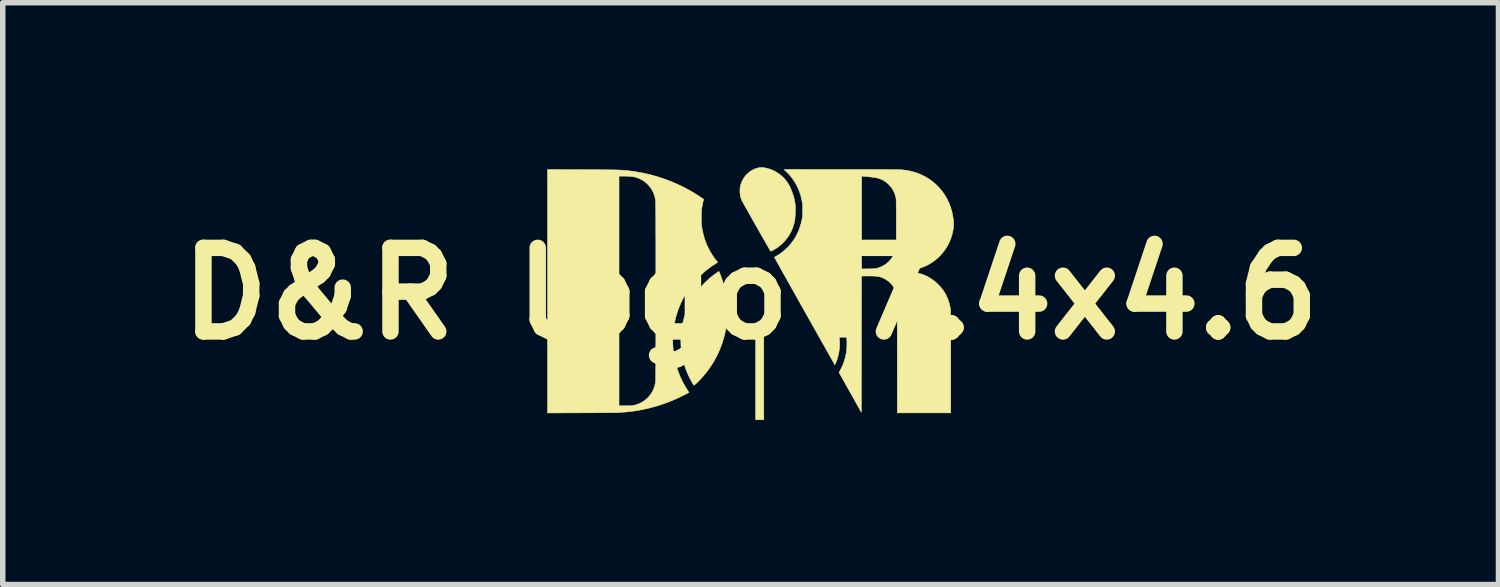
<source format=kicad_pcb>
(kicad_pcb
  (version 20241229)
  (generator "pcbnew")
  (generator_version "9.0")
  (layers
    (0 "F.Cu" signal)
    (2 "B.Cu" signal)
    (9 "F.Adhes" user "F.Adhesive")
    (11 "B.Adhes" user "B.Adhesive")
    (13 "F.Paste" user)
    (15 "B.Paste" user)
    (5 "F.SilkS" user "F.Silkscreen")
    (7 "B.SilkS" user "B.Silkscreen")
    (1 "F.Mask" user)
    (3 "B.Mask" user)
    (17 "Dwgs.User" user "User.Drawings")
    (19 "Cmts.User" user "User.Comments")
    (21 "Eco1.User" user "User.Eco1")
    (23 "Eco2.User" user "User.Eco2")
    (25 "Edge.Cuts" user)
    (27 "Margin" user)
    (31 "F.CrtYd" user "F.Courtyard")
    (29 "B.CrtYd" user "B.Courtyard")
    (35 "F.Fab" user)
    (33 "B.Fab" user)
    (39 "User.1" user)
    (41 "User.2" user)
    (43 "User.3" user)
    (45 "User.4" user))
  (footprint "D&R logo 7.4x4.6"
    (layer "F.Cu")
    (at 10.639 2.305)
    (property "Reference" "D&R logo 7.4x4.6" (at 0 0 0) (layer "F.SilkS") (effects (font (size 1.524 1.524) (thickness 0.3))))
    (attr through_hole)
    (fp_poly (pts (xy 0.24 2.3) (xy 0.093 2.3) (xy 0.093 0.748) (xy 0.24 0.748) (xy 0.24 2.3)) (stroke (width 0.01) (type solid)) (fill yes) (layer "F.SilkS"))
    (fp_poly (pts (xy -0.578 -0.403) (xy -0.575 -0.399) (xy -0.57 -0.388) (xy -0.564 -0.373) (xy -0.556 -0.354) (xy -0.548 -0.333) (xy -0.54 -0.31) (xy -0.531 -0.287) (xy -0.523 -0.264) (xy -0.516 -0.243) (xy -0.512 -0.233) (xy -0.481 -0.124) (xy -0.456 -0.014) (xy -0.438 0.096) (xy -0.427 0.206) (xy -0.423 0.317) (xy -0.426 0.427) (xy -0.436 0.537) (xy -0.452 0.645) (xy -0.475 0.753) (xy -0.505 0.859) (xy -0.541 0.964) (xy -0.583 1.066) (xy -0.632 1.166) (xy -0.688 1.264) (xy -0.75 1.358) (xy -0.778 1.397) (xy -0.812 1.441) (xy -0.849 1.486) (xy -0.889 1.532) (xy -0.93 1.576) (xy -0.97 1.616) (xy -1.003 1.647) (xy -1.017 1.659) (xy -1.027 1.667) (xy -1.033 1.67) (xy -1.036 1.67) (xy -1.037 1.67) (xy -1.04 1.665) (xy -1.045 1.656) (xy -1.053 1.643) (xy -1.063 1.627) (xy -1.064 1.624) (xy -1.114 1.534) (xy -1.156 1.441) (xy -1.193 1.345) (xy -1.222 1.248) (xy -1.245 1.15) (xy -1.261 1.05) (xy -1.27 0.949) (xy -1.273 0.848) (xy -1.268 0.747) (xy -1.257 0.645) (xy -1.239 0.545) (xy -1.213 0.445) (xy -1.2 0.401) (xy -1.165 0.303) (xy -1.123 0.208) (xy -1.076 0.117) (xy -1.022 0.03) (xy -0.963 -0.053) (xy -0.898 -0.132) (xy -0.827 -0.207) (xy -0.75 -0.278) (xy -0.668 -0.344) (xy -0.667 -0.344) (xy -0.646 -0.359) (xy -0.627 -0.373) (xy -0.609 -0.385) (xy -0.595 -0.395) (xy -0.585 -0.401) (xy -0.579 -0.404) (xy -0.578 -0.403)) (stroke (width 0.01) (type solid)) (fill yes) (layer "F.SilkS"))
    (fp_poly (pts (xy 0.224 -2.299) (xy 0.26 -2.294) (xy 0.3 -2.285) (xy 0.31 -2.283) (xy 0.371 -2.264) (xy 0.429 -2.238) (xy 0.485 -2.206) (xy 0.538 -2.169) (xy 0.586 -2.127) (xy 0.631 -2.08) (xy 0.67 -2.029) (xy 0.677 -2.018) (xy 0.689 -1.998) (xy 0.7 -1.979) (xy 0.711 -1.959) (xy 0.722 -1.936) (xy 0.733 -1.909) (xy 0.746 -1.878) (xy 0.757 -1.85) (xy 0.766 -1.824) (xy 0.774 -1.803) (xy 0.78 -1.786) (xy 0.785 -1.769) (xy 0.789 -1.753) (xy 0.793 -1.734) (xy 0.798 -1.711) (xy 0.802 -1.692) (xy 0.816 -1.612) (xy 0.815 -1.501) (xy 0.814 -1.461) (xy 0.813 -1.428) (xy 0.811 -1.399) (xy 0.809 -1.374) (xy 0.807 -1.352) (xy 0.803 -1.33) (xy 0.799 -1.309) (xy 0.793 -1.286) (xy 0.791 -1.275) (xy 0.769 -1.206) (xy 0.741 -1.139) (xy 0.707 -1.075) (xy 0.667 -1.015) (xy 0.621 -0.959) (xy 0.57 -0.907) (xy 0.515 -0.86) (xy 0.468 -0.827) (xy 0.456 -0.82) (xy 0.44 -0.811) (xy 0.424 -0.801) (xy 0.407 -0.792) (xy 0.392 -0.784) (xy 0.379 -0.778) (xy 0.37 -0.774) (xy 0.366 -0.773) (xy 0.364 -0.776) (xy 0.359 -0.785) (xy 0.35 -0.799) (xy 0.339 -0.819) (xy 0.324 -0.844) (xy 0.308 -0.873) (xy 0.289 -0.906) (xy 0.268 -0.943) (xy 0.244 -0.983) (xy 0.22 -1.027) (xy 0.193 -1.073) (xy 0.165 -1.122) (xy 0.137 -1.172) (xy 0.107 -1.224) (xy 0.077 -1.277) (xy 0.048 -1.328) (xy 0.02 -1.378) (xy -0.006 -1.425) (xy -0.032 -1.47) (xy -0.055 -1.512) (xy -0.077 -1.55) (xy -0.096 -1.585) (xy -0.114 -1.616) (xy -0.128 -1.642) (xy -0.14 -1.663) (xy -0.149 -1.68) (xy -0.155 -1.691) (xy -0.158 -1.696) (xy -0.176 -1.741) (xy -0.188 -1.788) (xy -0.194 -1.837) (xy -0.194 -1.867) (xy -0.194 -1.901) (xy -0.191 -1.93) (xy -0.187 -1.958) (xy -0.179 -1.987) (xy -0.173 -2.007) (xy -0.153 -2.056) (xy -0.127 -2.103) (xy -0.096 -2.146) (xy -0.059 -2.185) (xy -0.018 -2.22) (xy 0.026 -2.249) (xy 0.074 -2.273) (xy 0.125 -2.29) (xy 0.131 -2.292) (xy 0.161 -2.297) (xy 0.192 -2.3) (xy 0.224 -2.299)) (stroke (width 0.01) (type solid)) (fill yes) (layer "F.SilkS"))
    (fp_poly (pts (xy -3.067 -2.26) (xy -2.985 -2.26) (xy -2.911 -2.259) (xy -2.843 -2.259) (xy -2.781 -2.259) (xy -2.724 -2.259) (xy -2.673 -2.258) (xy -2.627 -2.258) (xy -2.585 -2.258) (xy -2.548 -2.257) (xy -2.514 -2.257) (xy -2.484 -2.256) (xy -2.457 -2.256) (xy -2.433 -2.255) (xy -2.411 -2.255) (xy -2.391 -2.254) (xy -2.372 -2.253) (xy -2.355 -2.252) (xy -2.338 -2.251) (xy -2.322 -2.25) (xy -2.307 -2.248) (xy -2.291 -2.247) (xy -2.274 -2.245) (xy -2.266 -2.245) (xy -2.123 -2.227) (xy -1.982 -2.203) (xy -1.841 -2.172) (xy -1.703 -2.133) (xy -1.567 -2.089) (xy -1.432 -2.037) (xy -1.301 -1.979) (xy -1.172 -1.915) (xy -1.046 -1.844) (xy -1.002 -1.816) (xy -0.987 -1.807) (xy -0.969 -1.796) (xy -0.95 -1.783) (xy -0.93 -1.77) (xy -0.911 -1.757) (xy -0.893 -1.746) (xy -0.878 -1.735) (xy -0.866 -1.728) (xy -0.86 -1.723) (xy -0.859 -1.722) (xy -0.859 -1.718) (xy -0.861 -1.709) (xy -0.863 -1.695) (xy -0.867 -1.68) (xy -0.877 -1.635) (xy -0.885 -1.593) (xy -0.891 -1.552) (xy -0.895 -1.51) (xy -0.898 -1.466) (xy -0.899 -1.418) (xy -0.899 -1.383) (xy -0.899 -1.345) (xy -0.899 -1.312) (xy -0.897 -1.284) (xy -0.895 -1.257) (xy -0.892 -1.231) (xy -0.888 -1.203) (xy -0.883 -1.172) (xy -0.88 -1.154) (xy -0.86 -1.067) (xy -0.834 -0.981) (xy -0.802 -0.896) (xy -0.763 -0.814) (xy -0.718 -0.734) (xy -0.669 -0.658) (xy -0.628 -0.605) (xy -0.601 -0.571) (xy -0.625 -0.556) (xy -0.716 -0.497) (xy -0.803 -0.432) (xy -0.884 -0.362) (xy -0.961 -0.288) (xy -1.032 -0.21) (xy -1.097 -0.127) (xy -1.14 -0.066) (xy -1.198 0.028) (xy -1.25 0.124) (xy -1.295 0.222) (xy -1.333 0.324) (xy -1.364 0.428) (xy -1.389 0.534) (xy -1.407 0.643) (xy -1.417 0.728) (xy -1.419 0.77) (xy -1.421 0.817) (xy -1.42 0.868) (xy -1.419 0.921) (xy -1.416 0.974) (xy -1.412 1.026) (xy -1.407 1.075) (xy -1.401 1.12) (xy -1.401 1.122) (xy -1.382 1.22) (xy -1.356 1.318) (xy -1.324 1.415) (xy -1.286 1.511) (xy -1.243 1.603) (xy -1.194 1.692) (xy -1.148 1.766) (xy -1.124 1.802) (xy -1.186 1.835) (xy -1.312 1.897) (xy -1.441 1.954) (xy -1.573 2.004) (xy -1.707 2.048) (xy -1.842 2.085) (xy -1.979 2.116) (xy -2.117 2.14) (xy -2.255 2.157) (xy -2.393 2.167) (xy -2.445 2.169) (xy -2.456 2.17) (xy -2.473 2.17) (xy -2.497 2.17) (xy -2.527 2.171) (xy -2.562 2.171) (xy -2.602 2.171) (xy -2.646 2.171) (xy -2.695 2.172) (xy -2.748 2.172) (xy -2.804 2.172) (xy -2.862 2.173) (xy -2.924 2.173) (xy -2.987 2.173) (xy -3.052 2.173) (xy -3.106 2.174) (xy -3.703 2.176) (xy -3.703 2.046) (xy -2.4 2.046) (xy -2.29 2.046) (xy -2.252 2.046) (xy -2.22 2.046) (xy -2.194 2.045) (xy -2.173 2.044) (xy -2.157 2.042) (xy -2.15 2.041) (xy -2.092 2.028) (xy -2.036 2.008) (xy -1.984 1.983) (xy -1.936 1.952) (xy -1.892 1.916) (xy -1.853 1.876) (xy -1.818 1.831) (xy -1.788 1.782) (xy -1.764 1.73) (xy -1.746 1.675) (xy -1.735 1.616) (xy -1.732 1.588) (xy -1.731 1.582) (xy -1.731 1.568) (xy -1.731 1.547) (xy -1.731 1.521) (xy -1.73 1.488) (xy -1.73 1.45) (xy -1.73 1.406) (xy -1.73 1.357) (xy -1.729 1.303) (xy -1.729 1.244) (xy -1.729 1.181) (xy -1.729 1.114) (xy -1.729 1.043) (xy -1.729 0.969) (xy -1.728 0.891) (xy -1.728 0.811) (xy -1.728 0.727) (xy -1.728 0.642) (xy -1.728 0.554) (xy -1.728 0.465) (xy -1.728 0.374) (xy -1.728 0.281) (xy -1.728 0.188) (xy -1.728 0.094) (xy -1.728 -0.000134) (xy -1.728 -0.095) (xy -1.728 -0.189) (xy -1.728 -0.283) (xy -1.728 -0.376) (xy -1.728 -0.468) (xy -1.728 -0.559) (xy -1.728 -0.649) (xy -1.728 -0.737) (xy -1.728 -0.822) (xy -1.728 -0.905) (xy -1.728 -0.986) (xy -1.729 -1.063) (xy -1.729 -1.137) (xy -1.729 -1.208) (xy -1.729 -1.275) (xy -1.729 -1.338) (xy -1.729 -1.397) (xy -1.73 -1.451) (xy -1.73 -1.5) (xy -1.73 -1.543) (xy -1.73 -1.582) (xy -1.731 -1.614) (xy -1.731 -1.641) (xy -1.731 -1.661) (xy -1.731 -1.675) (xy -1.732 -1.681) (xy -1.74 -1.741) (xy -1.756 -1.798) (xy -1.777 -1.852) (xy -1.804 -1.903) (xy -1.837 -1.95) (xy -1.875 -1.993) (xy -1.918 -2.032) (xy -1.965 -2.065) (xy -2.017 -2.093) (xy -2.071 -2.115) (xy -2.096 -2.123) (xy -2.122 -2.129) (xy -2.15 -2.134) (xy -2.18 -2.138) (xy -2.215 -2.14) (xy -2.254 -2.142) (xy -2.3 -2.143) (xy -2.321 -2.143) (xy -2.4 -2.143) (xy -2.4 2.046) (xy -3.703 2.046) (xy -3.703 -2.262) (xy -3.067 -2.26)) (stroke (width 0.01) (type solid)) (fill yes) (layer "F.SilkS"))
    (fp_poly (pts (xy 1.672 -2.263) (xy 1.783 -2.263) (xy 1.887 -2.263) (xy 1.984 -2.263) (xy 2.074 -2.263) (xy 2.158 -2.263) (xy 2.235 -2.262) (xy 2.307 -2.262) (xy 2.372 -2.262) (xy 2.432 -2.262) (xy 2.486 -2.262) (xy 2.535 -2.261) (xy 2.579 -2.261) (xy 2.618 -2.261) (xy 2.652 -2.26) (xy 2.681 -2.26) (xy 2.706 -2.26) (xy 2.726 -2.259) (xy 2.743 -2.259) (xy 2.755 -2.259) (xy 2.764 -2.258) (xy 2.769 -2.258) (xy 2.836 -2.248) (xy 2.898 -2.237) (xy 2.954 -2.224) (xy 3.006 -2.209) (xy 3.032 -2.2) (xy 3.11 -2.169) (xy 3.185 -2.131) (xy 3.257 -2.088) (xy 3.324 -2.039) (xy 3.387 -1.984) (xy 3.445 -1.924) (xy 3.499 -1.858) (xy 3.542 -1.796) (xy 3.583 -1.726) (xy 3.618 -1.652) (xy 3.647 -1.575) (xy 3.67 -1.496) (xy 3.681 -1.449) (xy 3.69 -1.4) (xy 3.696 -1.356) (xy 3.701 -1.317) (xy 3.702 -1.28) (xy 3.702 -1.244) (xy 3.699 -1.207) (xy 3.694 -1.17) (xy 3.688 -1.138) (xy 3.669 -1.06) (xy 3.644 -0.986) (xy 3.613 -0.915) (xy 3.576 -0.847) (xy 3.532 -0.782) (xy 3.484 -0.722) (xy 3.429 -0.666) (xy 3.37 -0.614) (xy 3.306 -0.568) (xy 3.26 -0.54) (xy 3.24 -0.529) (xy 3.221 -0.518) (xy 3.2 -0.509) (xy 3.179 -0.499) (xy 3.154 -0.489) (xy 3.127 -0.478) (xy 3.096 -0.467) (xy 3.06 -0.454) (xy 3.018 -0.44) (xy 2.979 -0.427) (xy 2.955 -0.419) (xy 2.934 -0.411) (xy 2.917 -0.405) (xy 2.905 -0.4) (xy 2.899 -0.397) (xy 2.899 -0.396) (xy 2.905 -0.395) (xy 2.915 -0.394) (xy 2.924 -0.394) (xy 2.959 -0.392) (xy 2.999 -0.386) (xy 3.042 -0.377) (xy 3.087 -0.365) (xy 3.131 -0.351) (xy 3.175 -0.335) (xy 3.207 -0.32) (xy 3.26 -0.292) (xy 3.313 -0.258) (xy 3.364 -0.219) (xy 3.412 -0.175) (xy 3.457 -0.128) (xy 3.498 -0.079) (xy 3.533 -0.029) (xy 3.542 -0.014) (xy 3.576 0.051) (xy 3.604 0.12) (xy 3.626 0.191) (xy 3.641 0.264) (xy 3.645 0.293) (xy 3.646 0.301) (xy 3.646 0.315) (xy 3.647 0.336) (xy 3.647 0.364) (xy 3.647 0.399) (xy 3.648 0.441) (xy 3.648 0.491) (xy 3.648 0.547) (xy 3.648 0.61) (xy 3.648 0.68) (xy 3.649 0.758) (xy 3.649 0.842) (xy 3.649 0.934) (xy 3.649 1.033) (xy 3.649 1.138) (xy 3.649 1.249) (xy 3.649 2.175) (xy 2.676 2.175) (xy 2.674 0.045) (xy 2.666 0.014) (xy 2.648 -0.042) (xy 2.624 -0.094) (xy 2.595 -0.141) (xy 2.561 -0.183) (xy 2.521 -0.22) (xy 2.477 -0.252) (xy 2.437 -0.275) (xy 2.415 -0.286) (xy 2.394 -0.295) (xy 2.372 -0.302) (xy 2.35 -0.308) (xy 2.326 -0.313) (xy 2.299 -0.316) (xy 2.269 -0.319) (xy 2.234 -0.321) (xy 2.195 -0.322) (xy 2.149 -0.322) (xy 2.135 -0.322) (xy 2.021 -0.322) (xy 2.02 0.92) (xy 2.019 2.163) (xy 1.816 1.8) (xy 1.613 1.438) (xy 1.633 1.402) (xy 1.669 1.332) (xy 1.698 1.259) (xy 1.722 1.182) (xy 1.741 1.1) (xy 1.745 1.082) (xy 1.749 1.053) (xy 1.752 1.018) (xy 1.755 0.979) (xy 1.756 0.939) (xy 1.757 0.898) (xy 1.756 0.859) (xy 1.755 0.84) (xy 1.752 0.794) (xy 1.615 0.794) (xy 1.618 0.817) (xy 1.623 0.889) (xy 1.622 0.963) (xy 1.615 1.037) (xy 1.602 1.111) (xy 1.583 1.182) (xy 1.558 1.251) (xy 1.547 1.276) (xy 1.537 1.299) (xy 0.984 0.318) (xy 0.94 0.24) (xy 0.897 0.164) (xy 0.856 0.09) (xy 0.815 0.017) (xy 0.776 -0.053) (xy 0.738 -0.12) (xy 0.702 -0.185) (xy 0.667 -0.246) (xy 0.635 -0.304) (xy 0.604 -0.359) (xy 0.575 -0.41) (xy 0.549 -0.457) (xy 0.525 -0.5) (xy 0.504 -0.539) (xy 0.485 -0.573) (xy 0.469 -0.601) (xy 0.456 -0.625) (xy 0.446 -0.644) (xy 0.439 -0.656) (xy 0.436 -0.663) (xy 0.435 -0.664) (xy 0.441 -0.667) (xy 0.452 -0.673) (xy 0.466 -0.682) (xy 0.483 -0.692) (xy 0.5 -0.703) (xy 0.518 -0.714) (xy 0.534 -0.725) (xy 0.547 -0.734) (xy 0.551 -0.737) (xy 0.613 -0.785) (xy 0.672 -0.839) (xy 0.726 -0.899) (xy 0.776 -0.964) (xy 0.79 -0.984) (xy 0.83 -1.05) (xy 0.865 -1.121) (xy 0.895 -1.196) (xy 0.919 -1.275) (xy 0.938 -1.357) (xy 0.943 -1.39) (xy 0.946 -1.409) (xy 0.947 -1.434) (xy 0.949 -1.463) (xy 0.95 -1.495) (xy 0.95 -1.528) (xy 0.95 -1.56) (xy 0.949 -1.59) (xy 0.948 -1.617) (xy 0.946 -1.639) (xy 0.945 -1.646) (xy 0.93 -1.73) (xy 0.908 -1.812) (xy 0.88 -1.89) (xy 0.846 -1.965) (xy 0.806 -2.036) (xy 0.76 -2.104) (xy 0.728 -2.143) (xy 2.025 -2.143) (xy 2.025 -0.45) (xy 2.144 -0.452) (xy 2.179 -0.452) (xy 2.207 -0.453) (xy 2.23 -0.454) (xy 2.249 -0.454) (xy 2.264 -0.456) (xy 2.275 -0.457) (xy 2.285 -0.459) (xy 2.29 -0.459) (xy 2.342 -0.474) (xy 2.393 -0.495) (xy 2.399 -0.498) (xy 2.447 -0.524) (xy 2.491 -0.557) (xy 2.531 -0.595) (xy 2.567 -0.638) (xy 2.597 -0.684) (xy 2.622 -0.734) (xy 2.636 -0.774) (xy 2.639 -0.785) (xy 2.642 -0.794) (xy 2.645 -0.804) (xy 2.647 -0.813) (xy 2.649 -0.823) (xy 2.651 -0.834) (xy 2.652 -0.846) (xy 2.654 -0.86) (xy 2.655 -0.876) (xy 2.656 -0.895) (xy 2.656 -0.917) (xy 2.657 -0.942) (xy 2.657 -0.971) (xy 2.657 -1.004) (xy 2.658 -1.043) (xy 2.658 -1.086) (xy 2.658 -1.135) (xy 2.657 -1.19) (xy 2.657 -1.251) (xy 2.657 -1.306) (xy 2.657 -1.369) (xy 2.657 -1.426) (xy 2.657 -1.477) (xy 2.656 -1.522) (xy 2.656 -1.561) (xy 2.656 -1.595) (xy 2.656 -1.624) (xy 2.656 -1.65) (xy 2.655 -1.671) (xy 2.655 -1.689) (xy 2.654 -1.703) (xy 2.654 -1.715) (xy 2.653 -1.725) (xy 2.653 -1.733) (xy 2.652 -1.74) (xy 2.651 -1.746) (xy 2.65 -1.751) (xy 2.649 -1.756) (xy 2.648 -1.758) (xy 2.632 -1.814) (xy 2.611 -1.865) (xy 2.585 -1.912) (xy 2.553 -1.955) (xy 2.522 -1.989) (xy 2.48 -2.026) (xy 2.434 -2.058) (xy 2.385 -2.084) (xy 2.334 -2.103) (xy 2.281 -2.116) (xy 2.28 -2.116) (xy 2.27 -2.117) (xy 2.254 -2.12) (xy 2.233 -2.122) (xy 2.209 -2.125) (xy 2.184 -2.128) (xy 2.157 -2.131) (xy 2.13 -2.134) (xy 2.104 -2.136) (xy 2.081 -2.139) (xy 2.061 -2.141) (xy 2.045 -2.142) (xy 2.036 -2.143) (xy 2.034 -2.143) (xy 2.025 -2.143) (xy 0.728 -2.143) (xy 0.708 -2.167) (xy 0.65 -2.227) (xy 0.648 -2.228) (xy 0.61 -2.264) (xy 1.672 -2.263)) (stroke (width 0.01) (type solid)) (fill yes) (layer "F.SilkS")))
  (gr_rect
    (start -3 -3)
    (end 24.278 7.61)
    (stroke (width 0.1) (type default))
    (fill no)
    (layer "Edge.Cuts")))
</source>
